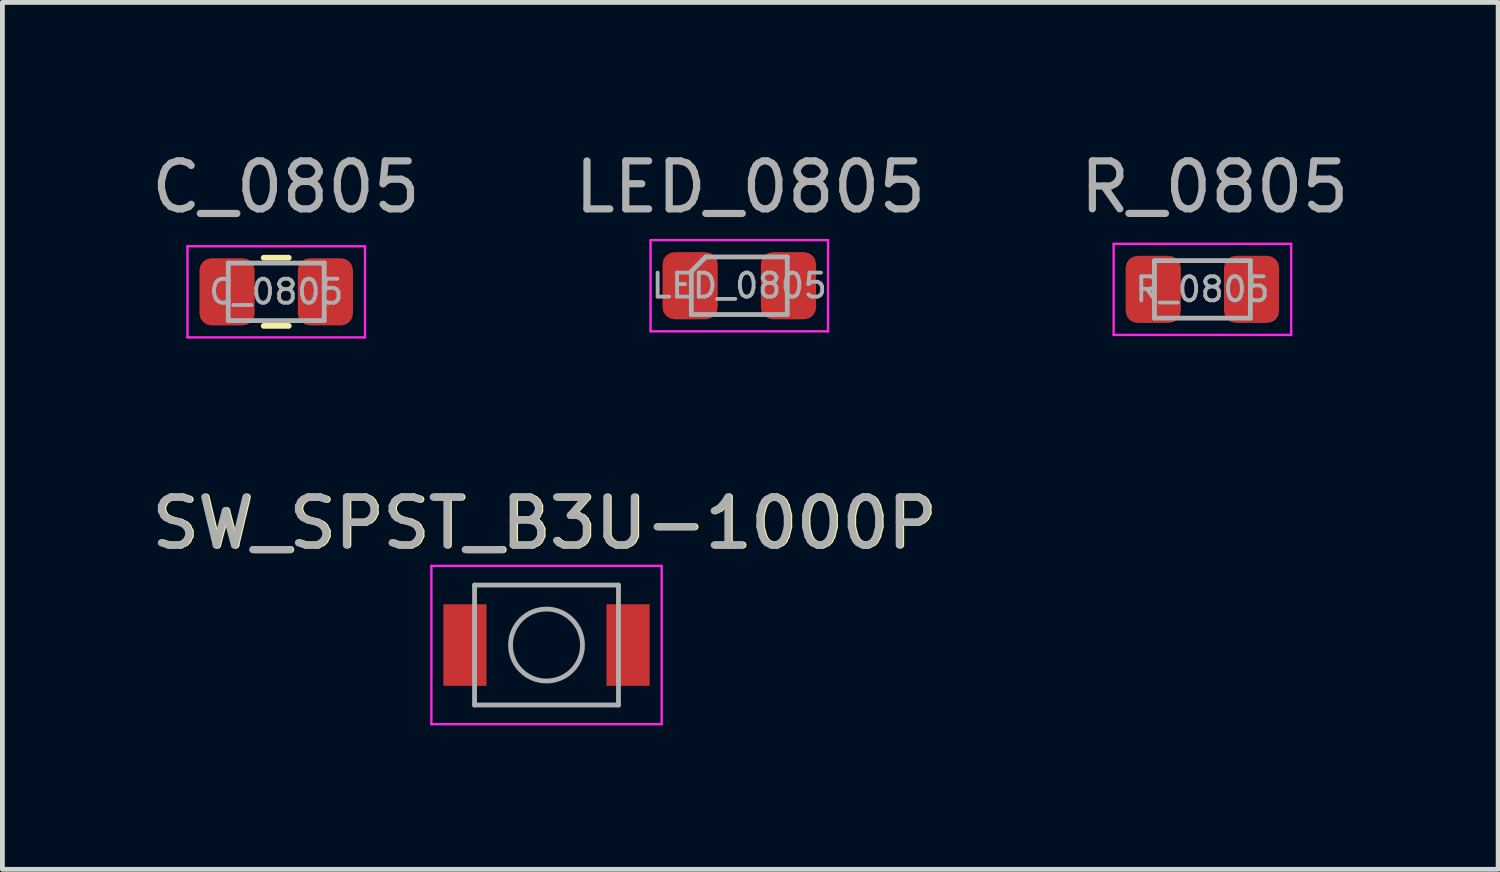
<source format=kicad_pcb>
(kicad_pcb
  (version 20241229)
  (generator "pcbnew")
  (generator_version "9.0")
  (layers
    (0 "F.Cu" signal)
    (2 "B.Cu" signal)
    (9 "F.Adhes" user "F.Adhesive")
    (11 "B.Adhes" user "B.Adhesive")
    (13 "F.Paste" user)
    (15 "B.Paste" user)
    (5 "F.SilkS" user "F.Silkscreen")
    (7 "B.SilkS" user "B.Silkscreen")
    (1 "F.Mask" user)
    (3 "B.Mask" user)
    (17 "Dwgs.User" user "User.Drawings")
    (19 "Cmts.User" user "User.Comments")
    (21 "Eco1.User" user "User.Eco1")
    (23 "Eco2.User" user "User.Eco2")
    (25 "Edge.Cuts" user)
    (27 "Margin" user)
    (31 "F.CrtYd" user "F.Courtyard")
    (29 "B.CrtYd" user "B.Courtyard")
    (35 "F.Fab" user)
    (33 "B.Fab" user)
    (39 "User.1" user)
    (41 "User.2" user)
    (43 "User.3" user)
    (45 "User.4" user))
  (footprint "LED_0805"
    (layer "F.Cu")
    (at 12.361 2.906)
    (property "Reference" "LED_0805" (at 0.229 -2.057 0) (layer "F.Fab") (effects (font (size 1 1) (thickness 0.15))))
    (attr smd)
    (fp_line (start -1.85 -0.95) (end 1.85 -0.95) (stroke (width 0.05) (type solid)) (layer "F.CrtYd"))
    (fp_line (start -1.85 0.95) (end -1.85 -0.95) (stroke (width 0.05) (type solid)) (layer "F.CrtYd"))
    (fp_line (start 1.85 -0.95) (end 1.85 0.95) (stroke (width 0.05) (type solid)) (layer "F.CrtYd"))
    (fp_line (start 1.85 0.95) (end -1.85 0.95) (stroke (width 0.05) (type solid)) (layer "F.CrtYd"))
    (fp_line (start -1 -0.3) (end -1 0.6) (stroke (width 0.1) (type solid)) (layer "F.Fab"))
    (fp_line (start -1 0.6) (end 1 0.6) (stroke (width 0.1) (type solid)) (layer "F.Fab"))
    (fp_line (start -0.7 -0.6) (end -1 -0.3) (stroke (width 0.1) (type solid)) (layer "F.Fab"))
    (fp_line (start 1 -0.6) (end -0.7 -0.6) (stroke (width 0.1) (type solid)) (layer "F.Fab"))
    (fp_line (start 1 0.6) (end 1 -0.6) (stroke (width 0.1) (type solid)) (layer "F.Fab"))
    (fp_text user "${REFERENCE}" (at 0 0 0) (layer "F.Fab") (effects (font (size 0.5 0.5) (thickness 0.08))))
    (pad "1" smd roundrect (at -1.025 0) (size 1.15 1.4) (layers "F.Cu" "F.Mask" "F.Paste") (roundrect_rratio 0.217))
    (pad "2" smd roundrect (at 1.025 0) (size 1.15 1.4) (layers "F.Cu" "F.Mask" "F.Paste") (roundrect_rratio 0.217)))
  (footprint "R_0805"
    (layer "F.Cu")
    (at 22.014 2.982)
    (property "Reference" "R_0805" (at 0.254 -2.134 0) (layer "F.Fab") (effects (font (size 1 1) (thickness 0.15))))
    (attr smd)
    (fp_line (start -1.85 -0.95) (end 1.85 -0.95) (stroke (width 0.05) (type solid)) (layer "F.CrtYd"))
    (fp_line (start -1.85 0.95) (end -1.85 -0.95) (stroke (width 0.05) (type solid)) (layer "F.CrtYd"))
    (fp_line (start 1.85 -0.95) (end 1.85 0.95) (stroke (width 0.05) (type solid)) (layer "F.CrtYd"))
    (fp_line (start 1.85 0.95) (end -1.85 0.95) (stroke (width 0.05) (type solid)) (layer "F.CrtYd"))
    (fp_line (start -1 -0.6) (end 1 -0.6) (stroke (width 0.1) (type solid)) (layer "F.Fab"))
    (fp_line (start -1 0.6) (end -1 -0.6) (stroke (width 0.1) (type solid)) (layer "F.Fab"))
    (fp_line (start 1 -0.6) (end 1 0.6) (stroke (width 0.1) (type solid)) (layer "F.Fab"))
    (fp_line (start 1 0.6) (end -1 0.6) (stroke (width 0.1) (type solid)) (layer "F.Fab"))
    (fp_text user "${REFERENCE}" (at 0 0 0) (layer "F.Fab") (effects (font (size 0.5 0.5) (thickness 0.08))))
    (pad "1" smd roundrect (at -1.025 0) (size 1.15 1.4) (layers "F.Cu" "F.Mask" "F.Paste") (roundrect_rratio 0.217))
    (pad "2" smd roundrect (at 1.025 0) (size 1.15 1.4) (layers "F.Cu" "F.Mask" "F.Paste") (roundrect_rratio 0.217)))
  (footprint "SW_SPST_B3U-1000P"
    (layer "F.Cu")
    (at 8.342 10.396)
    (property "Reference" "SW_SPST_B3U-1000P" (at -0.025 -2.54 0) (layer "F.SilkS") (effects (font (size 1 1) (thickness 0.15))))
    (attr smd)
    (fp_line (start -2.4 -1.65) (end -2.4 1.65) (stroke (width 0.05) (type solid)) (layer "F.CrtYd"))
    (fp_line (start -2.4 1.65) (end 2.4 1.65) (stroke (width 0.05) (type solid)) (layer "F.CrtYd"))
    (fp_line (start 2.4 -1.65) (end -2.4 -1.65) (stroke (width 0.05) (type solid)) (layer "F.CrtYd"))
    (fp_line (start 2.4 1.65) (end 2.4 -1.65) (stroke (width 0.05) (type solid)) (layer "F.CrtYd"))
    (fp_line (start -1.5 -1.25) (end 1.5 -1.25) (stroke (width 0.1) (type solid)) (layer "F.Fab"))
    (fp_line (start -1.5 1.25) (end -1.5 -1.25) (stroke (width 0.1) (type solid)) (layer "F.Fab"))
    (fp_line (start 1.5 -1.25) (end 1.5 1.25) (stroke (width 0.1) (type solid)) (layer "F.Fab"))
    (fp_line (start 1.5 1.25) (end -1.5 1.25) (stroke (width 0.1) (type solid)) (layer "F.Fab"))
    (fp_circle (center 0 0) (end 0.75 0) (stroke (width 0.1) (type solid)) (fill no) (layer "F.Fab"))
    (fp_text user "${REFERENCE}" (at -0.051 -2.54 0) (layer "F.Fab") (effects (font (size 1 1) (thickness 0.15))))
    (pad "1" smd rect (at -1.7 0) (size 0.9 1.7) (layers "F.Cu" "F.Mask" "F.Paste"))
    (pad "2" smd rect (at 1.7 0) (size 0.9 1.7) (layers "F.Cu" "F.Mask" "F.Paste")))
  (footprint "C_0805"
    (layer "F.Cu")
    (at 2.708 3.033)
    (property "Reference" "C_0805" (at 0.203 -2.184 0) (layer "F.Fab") (effects (font (size 1 1) (thickness 0.15))))
    (attr smd)
    (fp_line (start -0.261 -0.71) (end 0.261 -0.71) (stroke (width 0.12) (type solid)) (layer "F.SilkS"))
    (fp_line (start -0.261 0.71) (end 0.261 0.71) (stroke (width 0.12) (type solid)) (layer "F.SilkS"))
    (fp_line (start -1.85 -0.95) (end 1.85 -0.95) (stroke (width 0.05) (type solid)) (layer "F.CrtYd"))
    (fp_line (start -1.85 0.95) (end -1.85 -0.95) (stroke (width 0.05) (type solid)) (layer "F.CrtYd"))
    (fp_line (start 1.85 -0.95) (end 1.85 0.95) (stroke (width 0.05) (type solid)) (layer "F.CrtYd"))
    (fp_line (start 1.85 0.95) (end -1.85 0.95) (stroke (width 0.05) (type solid)) (layer "F.CrtYd"))
    (fp_line (start -1 -0.6) (end 1 -0.6) (stroke (width 0.1) (type solid)) (layer "F.Fab"))
    (fp_line (start -1 0.6) (end -1 -0.6) (stroke (width 0.1) (type solid)) (layer "F.Fab"))
    (fp_line (start 1 -0.6) (end 1 0.6) (stroke (width 0.1) (type solid)) (layer "F.Fab"))
    (fp_line (start 1 0.6) (end -1 0.6) (stroke (width 0.1) (type solid)) (layer "F.Fab"))
    (fp_text user "${REFERENCE}" (at 0 0 0) (layer "F.Fab") (effects (font (size 0.5 0.5) (thickness 0.08))))
    (pad "1" smd roundrect (at -1.025 0) (size 1.15 1.4) (layers "F.Cu" "F.Mask" "F.Paste") (roundrect_rratio 0.217))
    (pad "2" smd roundrect (at 1.025 0) (size 1.15 1.4) (layers "F.Cu" "F.Mask" "F.Paste") (roundrect_rratio 0.217)))
  (gr_rect
    (start -3 -3)
    (end 28.179 15.071)
    (stroke (width 0.1) (type default))
    (fill no)
    (layer "Edge.Cuts")))
</source>
